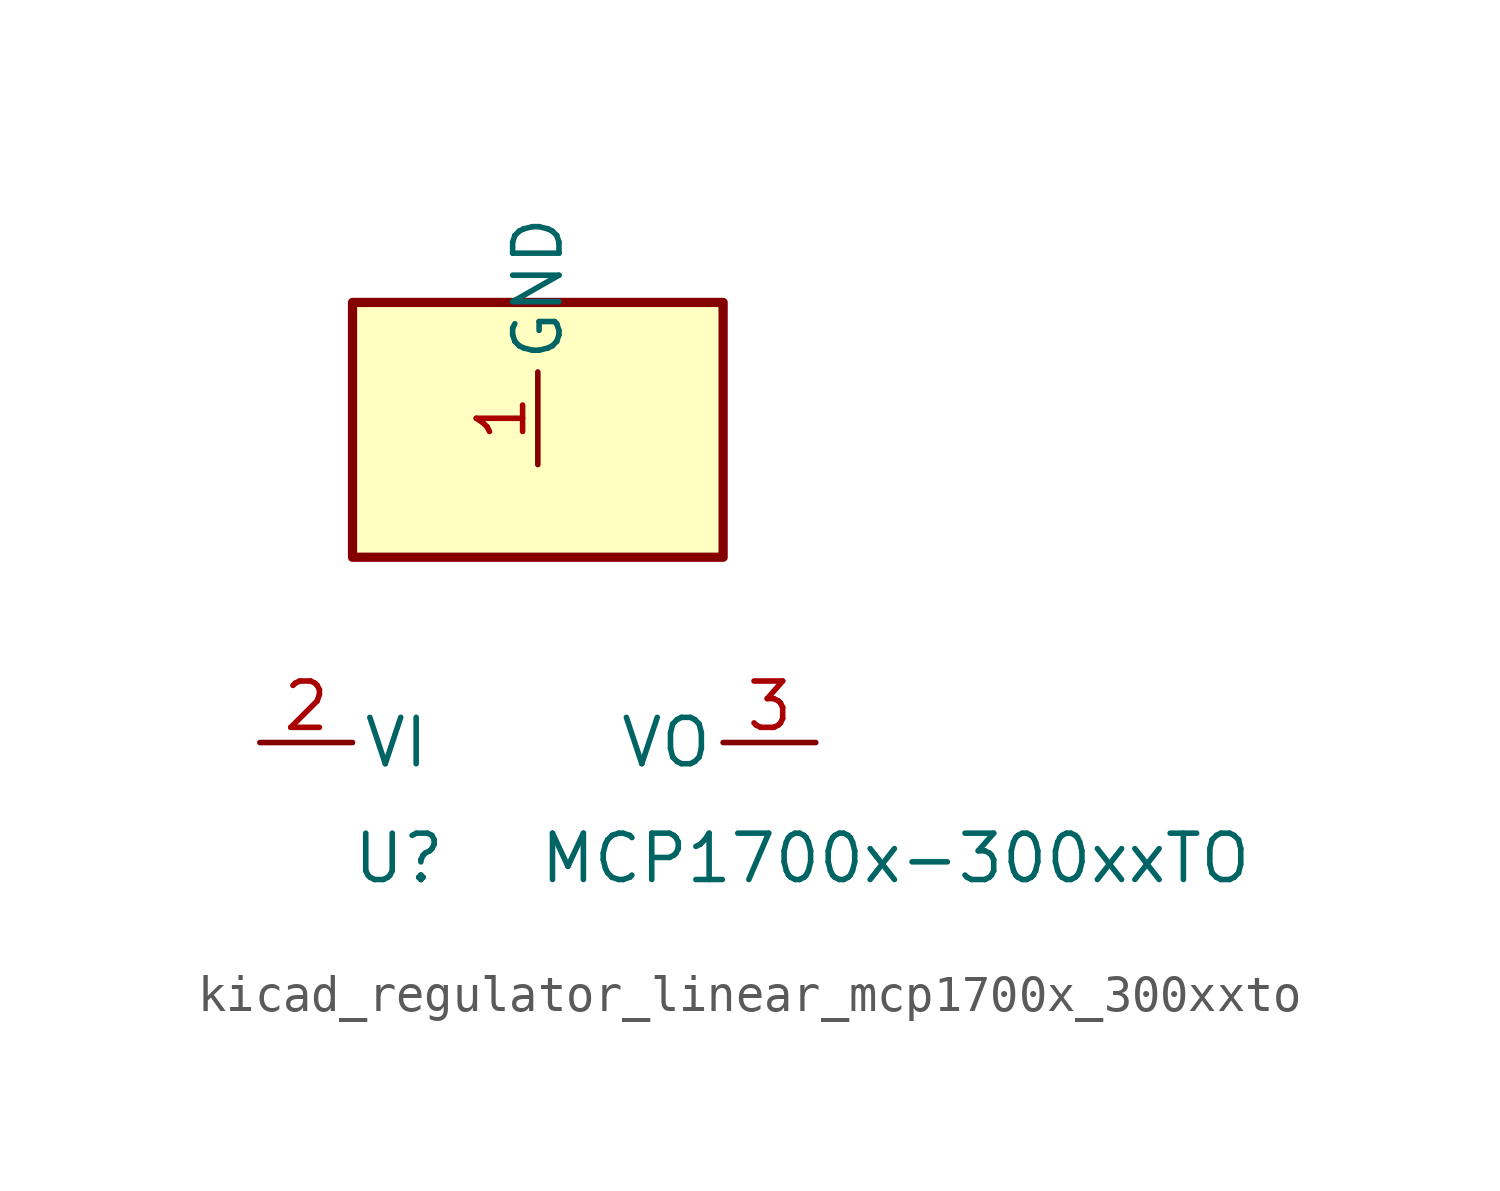
<source format=kicad_sym>
(kicad_symbol_lib
  (version 20220914)
  (generator kicad_symbol_editor)
  (symbol "kicad_regulator_linear_mcp1700x_300xxto"
    (pin_names
      (offset 0.254))
    (property "Reference" "U"
      (at -3.81 -3.175 0)
      (effects (font (size 1.27 1.27))))
    (property "Value" "MCP1700x-300xxTO"
      (at 0 -3.175 0)
      (effects (font (size 1.27 1.27)) (justify left)))
    (symbol "kicad_regulator_linear_mcp1700x_300xxto_0_1"
      (rectangle (start 5.08 12.065) (end -5.08 5.08) (stroke (width 0.254) (type default)) (fill (type background))))
    (symbol "kicad_regulator_linear_mcp1700x_300xxto_1_1"
      (pin power_in line (at 0 7.62 90) (length 2.54) (name "GND" (effects (font (size 1.27 1.27)))) (number "1" (effects (font (size 1.27 1.27)))))
      (pin power_in line (at -7.62 0 0) (length 2.54) (name "VI" (effects (font (size 1.27 1.27)))) (number "2" (effects (font (size 1.27 1.27)))))
      (pin power_out line (at 7.62 0 180) (length 2.54) (name "VO" (effects (font (size 1.27 1.27)))) (number "3" (effects (font (size 1.27 1.27))))))))
</source>
